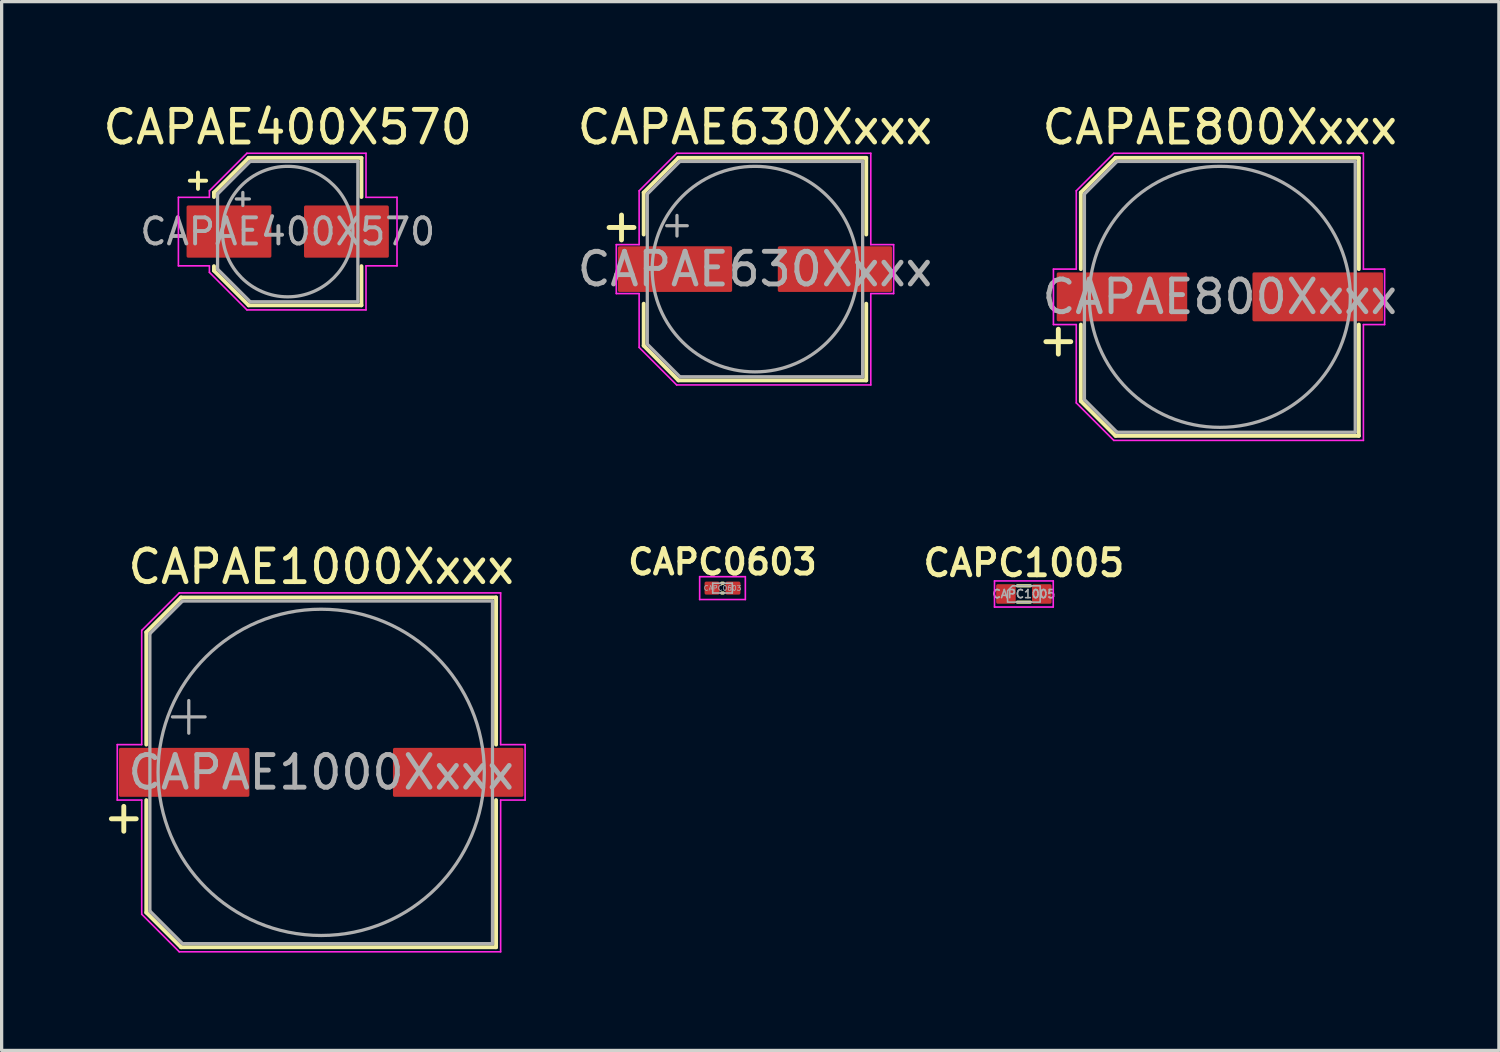
<source format=kicad_pcb>
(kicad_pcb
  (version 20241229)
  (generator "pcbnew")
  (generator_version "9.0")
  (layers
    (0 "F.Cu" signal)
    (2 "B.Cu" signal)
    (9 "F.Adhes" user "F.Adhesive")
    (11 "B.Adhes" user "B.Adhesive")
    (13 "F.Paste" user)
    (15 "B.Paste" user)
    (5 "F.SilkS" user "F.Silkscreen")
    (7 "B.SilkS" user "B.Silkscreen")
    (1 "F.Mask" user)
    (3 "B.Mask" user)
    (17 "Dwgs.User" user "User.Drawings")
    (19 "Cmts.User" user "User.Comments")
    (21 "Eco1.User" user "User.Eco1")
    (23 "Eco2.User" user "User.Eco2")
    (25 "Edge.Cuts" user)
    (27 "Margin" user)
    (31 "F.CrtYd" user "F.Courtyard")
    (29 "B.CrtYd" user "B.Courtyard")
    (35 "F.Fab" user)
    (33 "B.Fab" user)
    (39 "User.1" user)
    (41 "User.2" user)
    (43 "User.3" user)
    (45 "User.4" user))
  (footprint "CAPAE1000Xxxx"
    (layer "F.Cu")
    (at 6.794 20.622)
    (property "Reference" "CAPAE1000Xxxx" (at 0 -6.3 0) (layer "F.SilkS") (effects (font (size 1 1) (thickness 0.15))))
    (attr smd)
    (fp_line (start -5.36 -4.296) (end -5.36 -0.85) (stroke (width 0.12) (type solid)) (layer "F.SilkS"))
    (fp_line (start -5.36 -4.296) (end -4.296 -5.36) (stroke (width 0.12) (type solid)) (layer "F.SilkS"))
    (fp_line (start -5.36 4.296) (end -5.36 0.85) (stroke (width 0.12) (type solid)) (layer "F.SilkS"))
    (fp_line (start -5.36 4.296) (end -4.296 5.36) (stroke (width 0.12) (type solid)) (layer "F.SilkS"))
    (fp_line (start -4.296 -5.36) (end 5.36 -5.36) (stroke (width 0.12) (type solid)) (layer "F.SilkS"))
    (fp_line (start -4.296 5.36) (end 5.36 5.36) (stroke (width 0.12) (type solid)) (layer "F.SilkS"))
    (fp_line (start 5.36 -5.36) (end 5.36 -0.85) (stroke (width 0.12) (type solid)) (layer "F.SilkS"))
    (fp_line (start 5.36 5.36) (end 5.36 0.85) (stroke (width 0.12) (type solid)) (layer "F.SilkS"))
    (fp_line (start -6.25 -0.85) (end -6.25 0.85) (stroke (width 0.05) (type solid)) (layer "F.CrtYd"))
    (fp_line (start -6.25 0.85) (end -5.5 0.85) (stroke (width 0.05) (type solid)) (layer "F.CrtYd"))
    (fp_line (start -5.5 -4.35) (end -5.5 -0.85) (stroke (width 0.05) (type solid)) (layer "F.CrtYd"))
    (fp_line (start -5.5 -4.35) (end -4.35 -5.5) (stroke (width 0.05) (type solid)) (layer "F.CrtYd"))
    (fp_line (start -5.5 -0.85) (end -6.25 -0.85) (stroke (width 0.05) (type solid)) (layer "F.CrtYd"))
    (fp_line (start -5.5 0.85) (end -5.5 4.35) (stroke (width 0.05) (type solid)) (layer "F.CrtYd"))
    (fp_line (start -5.5 4.35) (end -4.35 5.5) (stroke (width 0.05) (type solid)) (layer "F.CrtYd"))
    (fp_line (start -4.35 -5.5) (end 5.5 -5.5) (stroke (width 0.05) (type solid)) (layer "F.CrtYd"))
    (fp_line (start -4.35 5.5) (end 5.5 5.5) (stroke (width 0.05) (type solid)) (layer "F.CrtYd"))
    (fp_line (start 5.5 -5.5) (end 5.5 -0.85) (stroke (width 0.05) (type solid)) (layer "F.CrtYd"))
    (fp_line (start 5.5 0.85) (end 5.5 5.5) (stroke (width 0.05) (type solid)) (layer "F.CrtYd"))
    (fp_line (start 5.5 0.85) (end 6.25 0.85) (stroke (width 0.05) (type solid)) (layer "F.CrtYd"))
    (fp_line (start 6.25 -0.85) (end 5.5 -0.85) (stroke (width 0.05) (type solid)) (layer "F.CrtYd"))
    (fp_line (start 6.25 0.85) (end 6.25 -0.85) (stroke (width 0.05) (type solid)) (layer "F.CrtYd"))
    (fp_line (start -5.25 -4.25) (end -5.25 4.25) (stroke (width 0.1) (type solid)) (layer "F.Fab"))
    (fp_line (start -5.25 -4.25) (end -4.25 -5.25) (stroke (width 0.1) (type solid)) (layer "F.Fab"))
    (fp_line (start -5.25 4.25) (end -4.25 5.25) (stroke (width 0.1) (type solid)) (layer "F.Fab"))
    (fp_line (start -4.558 -1.7) (end -3.558 -1.7) (stroke (width 0.1) (type solid)) (layer "F.Fab"))
    (fp_line (start -4.25 -5.25) (end 5.25 -5.25) (stroke (width 0.1) (type solid)) (layer "F.Fab"))
    (fp_line (start -4.25 5.25) (end 5.25 5.25) (stroke (width 0.1) (type solid)) (layer "F.Fab"))
    (fp_line (start -4.058 -2.2) (end -4.058 -1.2) (stroke (width 0.1) (type solid)) (layer "F.Fab"))
    (fp_line (start 5.25 -5.25) (end 5.25 5.25) (stroke (width 0.1) (type solid)) (layer "F.Fab"))
    (fp_circle (center 0 0) (end 5 0) (stroke (width 0.1) (type solid)) (fill no) (layer "F.Fab"))
    (fp_text user "+" (at -6.05 1.35 0) (unlocked yes) (layer "F.SilkS") (effects (font (size 1 1) (thickness 0.15))))
    (fp_text user "${REFERENCE}" (at 0 0 0) (layer "F.Fab") (effects (font (size 1 1) (thickness 0.15))))
    (pad "" smd roundrect (at -5.65 0) (size 1 1.4) (layers "F.Paste") (roundrect_rratio 0.05))
    (pad "" smd roundrect (at -4.2 0) (size 1 1.4) (layers "F.Paste") (roundrect_rratio 0.05))
    (pad "" smd roundrect (at -2.775 0) (size 1 1.4) (layers "F.Paste") (roundrect_rratio 0.05))
    (pad "" smd roundrect (at 2.775 0 180) (size 1 1.4) (layers "F.Paste") (roundrect_rratio 0.05))
    (pad "" smd roundrect (at 4.2 0 180) (size 1 1.4) (layers "F.Paste") (roundrect_rratio 0.05))
    (pad "" smd roundrect (at 5.65 0 180) (size 1 1.4) (layers "F.Paste") (roundrect_rratio 0.05))
    (pad "1" smd roundrect (at -4.2 0) (size 4 1.5) (layers "F.Cu" "F.Mask") (roundrect_rratio 0.033))
    (pad "2" smd roundrect (at 4.2 0) (size 4 1.5) (layers "F.Cu" "F.Mask") (roundrect_rratio 0.033)))
  (footprint "CAPC1005"
    (layer "F.Cu")
    (at 28.331 15.155)
    (property "Reference" "CAPC1005" (at 0 -0.95 0) (layer "F.SilkS") (effects (font (size 0.8 0.8) (thickness 0.15))))
    (attr smd)
    (fp_line (start -0.2 0.25) (end 0.2 0.25) (stroke (width 0.1) (type solid)) (layer "F.SilkS"))
    (fp_line (start 0.2 -0.25) (end -0.2 -0.25) (stroke (width 0.1) (type solid)) (layer "F.SilkS"))
    (fp_line (start -0.9 -0.4) (end -0.9 0.4) (stroke (width 0.05) (type solid)) (layer "F.CrtYd"))
    (fp_line (start -0.9 -0.4) (end 0.9 -0.4) (stroke (width 0.05) (type solid)) (layer "F.CrtYd"))
    (fp_line (start 0.9 0.4) (end -0.9 0.4) (stroke (width 0.05) (type solid)) (layer "F.CrtYd"))
    (fp_line (start 0.9 0.4) (end 0.9 -0.4) (stroke (width 0.05) (type solid)) (layer "F.CrtYd"))
    (fp_poly (pts (xy 0.5 -0.25) (xy 0.5 0.25) (xy -0.5 0.25) (xy -0.5 -0.1) (xy -0.35 -0.25)) (stroke (width 0.05) (type solid)) (fill no) (layer "F.Fab"))
    (fp_text user "${REFERENCE}" (at 0 0 0) (layer "F.Fab") (effects (font (size 0.25 0.25) (thickness 0.05))))
    (pad "1" smd roundrect (at -0.55 0) (size 0.6 0.6) (layers "F.Cu" "F.Mask" "F.Paste") (roundrect_rratio 0.083))
    (pad "2" smd roundrect (at 0.55 0) (size 0.6 0.6) (layers "F.Cu" "F.Mask" "F.Paste") (roundrect_rratio 0.083)))
  (footprint "CAPAE800Xxxx"
    (layer "F.Cu")
    (at 34.337 6.048)
    (property "Reference" "CAPAE800Xxxx" (at 0 -5.2 0) (layer "F.SilkS") (effects (font (size 1 1) (thickness 0.15))))
    (attr smd)
    (fp_line (start -4.26 -3.196) (end -4.26 -0.85) (stroke (width 0.12) (type solid)) (layer "F.SilkS"))
    (fp_line (start -4.26 -3.196) (end -3.196 -4.26) (stroke (width 0.12) (type solid)) (layer "F.SilkS"))
    (fp_line (start -4.26 3.196) (end -4.26 0.85) (stroke (width 0.12) (type solid)) (layer "F.SilkS"))
    (fp_line (start -4.26 3.196) (end -3.196 4.26) (stroke (width 0.12) (type solid)) (layer "F.SilkS"))
    (fp_line (start -3.196 -4.26) (end 4.26 -4.26) (stroke (width 0.12) (type solid)) (layer "F.SilkS"))
    (fp_line (start -3.196 4.26) (end 4.26 4.26) (stroke (width 0.12) (type solid)) (layer "F.SilkS"))
    (fp_line (start 4.26 -4.26) (end 4.26 -0.85) (stroke (width 0.12) (type solid)) (layer "F.SilkS"))
    (fp_line (start 4.26 4.26) (end 4.26 0.85) (stroke (width 0.12) (type solid)) (layer "F.SilkS"))
    (fp_line (start -5.1 -0.85) (end -5.1 0.85) (stroke (width 0.05) (type solid)) (layer "F.CrtYd"))
    (fp_line (start -5.1 0.85) (end -4.4 0.85) (stroke (width 0.05) (type solid)) (layer "F.CrtYd"))
    (fp_line (start -4.4 -3.25) (end -4.4 -0.85) (stroke (width 0.05) (type solid)) (layer "F.CrtYd"))
    (fp_line (start -4.4 -3.25) (end -3.25 -4.4) (stroke (width 0.05) (type solid)) (layer "F.CrtYd"))
    (fp_line (start -4.4 -0.85) (end -5.1 -0.85) (stroke (width 0.05) (type solid)) (layer "F.CrtYd"))
    (fp_line (start -4.4 0.85) (end -4.4 3.25) (stroke (width 0.05) (type solid)) (layer "F.CrtYd"))
    (fp_line (start -4.4 3.25) (end -3.25 4.4) (stroke (width 0.05) (type solid)) (layer "F.CrtYd"))
    (fp_line (start -3.25 -4.4) (end 4.4 -4.4) (stroke (width 0.05) (type solid)) (layer "F.CrtYd"))
    (fp_line (start -3.25 4.4) (end 4.4 4.4) (stroke (width 0.05) (type solid)) (layer "F.CrtYd"))
    (fp_line (start 4.4 -4.4) (end 4.4 -0.85) (stroke (width 0.05) (type solid)) (layer "F.CrtYd"))
    (fp_line (start 4.4 -0.85) (end 5.05 -0.85) (stroke (width 0.05) (type solid)) (layer "F.CrtYd"))
    (fp_line (start 4.4 0.85) (end 4.4 4.4) (stroke (width 0.05) (type solid)) (layer "F.CrtYd"))
    (fp_line (start 5.05 -0.85) (end 5.05 0.85) (stroke (width 0.05) (type solid)) (layer "F.CrtYd"))
    (fp_line (start 5.05 0.85) (end 4.4 0.85) (stroke (width 0.05) (type solid)) (layer "F.CrtYd"))
    (fp_line (start -4.15 -3.15) (end -4.15 3.15) (stroke (width 0.1) (type solid)) (layer "F.Fab"))
    (fp_line (start -4.15 -3.15) (end -3.15 -4.15) (stroke (width 0.1) (type solid)) (layer "F.Fab"))
    (fp_line (start -4.15 3.15) (end -3.15 4.15) (stroke (width 0.1) (type solid)) (layer "F.Fab"))
    (fp_line (start -3.15 -4.15) (end 4.15 -4.15) (stroke (width 0.1) (type solid)) (layer "F.Fab"))
    (fp_line (start -3.15 4.15) (end 4.15 4.15) (stroke (width 0.1) (type solid)) (layer "F.Fab"))
    (fp_line (start 4.15 -4.15) (end 4.15 4.15) (stroke (width 0.1) (type solid)) (layer "F.Fab"))
    (fp_circle (center 0 0) (end 4 0) (stroke (width 0.1) (type solid)) (fill no) (layer "F.Fab"))
    (fp_text user "+" (at -4.95 1.3 0) (unlocked yes) (layer "F.SilkS") (effects (font (size 1 1) (thickness 0.15))))
    (fp_text user "${REFERENCE}" (at 0 0 0) (layer "F.Fab") (effects (font (size 1 1) (thickness 0.15))))
    (pad "" smd roundrect (at -4.45 0) (size 1 1.4) (layers "F.Paste") (roundrect_rratio 0.05))
    (pad "" smd roundrect (at -3 0) (size 1 1.4) (layers "F.Paste") (roundrect_rratio 0.05))
    (pad "" smd roundrect (at -1.575 0) (size 1 1.4) (layers "F.Paste") (roundrect_rratio 0.05))
    (pad "" smd roundrect (at 1.575 0 180) (size 1 1.4) (layers "F.Paste") (roundrect_rratio 0.05))
    (pad "" smd roundrect (at 3 0 180) (size 1 1.4) (layers "F.Paste") (roundrect_rratio 0.05))
    (pad "" smd roundrect (at 4.45 0 180) (size 1 1.4) (layers "F.Paste") (roundrect_rratio 0.05))
    (pad "1" smd roundrect (at -3 0) (size 4 1.5) (layers "F.Cu" "F.Mask") (roundrect_rratio 0.033))
    (pad "2" smd roundrect (at 3 0) (size 4 1.5) (layers "F.Cu" "F.Mask") (roundrect_rratio 0.033)))
  (footprint "CAPAE400X570"
    (layer "F.Cu")
    (at 5.768 4.048)
    (property "Reference" "CAPAE400X570" (at 0 -3.2 0) (layer "F.SilkS") (effects (font (size 1 1) (thickness 0.15))))
    (attr smd)
    (fp_line (start -3 -1.56) (end -2.5 -1.56) (stroke (width 0.12) (type solid)) (layer "F.SilkS"))
    (fp_line (start -2.75 -1.81) (end -2.75 -1.31) (stroke (width 0.12) (type solid)) (layer "F.SilkS"))
    (fp_line (start -2.26 -1.196) (end -2.26 -1.06) (stroke (width 0.12) (type solid)) (layer "F.SilkS"))
    (fp_line (start -2.26 -1.196) (end -1.196 -2.26) (stroke (width 0.12) (type solid)) (layer "F.SilkS"))
    (fp_line (start -2.26 1.196) (end -2.26 1.06) (stroke (width 0.12) (type solid)) (layer "F.SilkS"))
    (fp_line (start -2.26 1.196) (end -1.196 2.26) (stroke (width 0.12) (type solid)) (layer "F.SilkS"))
    (fp_line (start -1.196 -2.26) (end 2.26 -2.26) (stroke (width 0.12) (type solid)) (layer "F.SilkS"))
    (fp_line (start -1.196 2.26) (end 2.26 2.26) (stroke (width 0.12) (type solid)) (layer "F.SilkS"))
    (fp_line (start 2.26 -2.26) (end 2.26 -1.06) (stroke (width 0.12) (type solid)) (layer "F.SilkS"))
    (fp_line (start 2.26 2.26) (end 2.26 1.06) (stroke (width 0.12) (type solid)) (layer "F.SilkS"))
    (fp_line (start -3.35 -1.05) (end -3.35 1.05) (stroke (width 0.05) (type solid)) (layer "F.CrtYd"))
    (fp_line (start -3.35 1.05) (end -2.4 1.05) (stroke (width 0.05) (type solid)) (layer "F.CrtYd"))
    (fp_line (start -2.4 -1.25) (end -2.4 -1.05) (stroke (width 0.05) (type solid)) (layer "F.CrtYd"))
    (fp_line (start -2.4 -1.25) (end -1.25 -2.4) (stroke (width 0.05) (type solid)) (layer "F.CrtYd"))
    (fp_line (start -2.4 -1.05) (end -3.35 -1.05) (stroke (width 0.05) (type solid)) (layer "F.CrtYd"))
    (fp_line (start -2.4 1.05) (end -2.4 1.25) (stroke (width 0.05) (type solid)) (layer "F.CrtYd"))
    (fp_line (start -2.4 1.25) (end -1.25 2.4) (stroke (width 0.05) (type solid)) (layer "F.CrtYd"))
    (fp_line (start -1.25 -2.4) (end 2.4 -2.4) (stroke (width 0.05) (type solid)) (layer "F.CrtYd"))
    (fp_line (start -1.25 2.4) (end 2.4 2.4) (stroke (width 0.05) (type solid)) (layer "F.CrtYd"))
    (fp_line (start 2.4 -2.4) (end 2.4 -1.05) (stroke (width 0.05) (type solid)) (layer "F.CrtYd"))
    (fp_line (start 2.4 -1.05) (end 3.35 -1.05) (stroke (width 0.05) (type solid)) (layer "F.CrtYd"))
    (fp_line (start 2.4 1.05) (end 2.4 2.4) (stroke (width 0.05) (type solid)) (layer "F.CrtYd"))
    (fp_line (start 3.35 -1.05) (end 3.35 1.05) (stroke (width 0.05) (type solid)) (layer "F.CrtYd"))
    (fp_line (start 3.35 1.05) (end 2.4 1.05) (stroke (width 0.05) (type solid)) (layer "F.CrtYd"))
    (fp_line (start -2.15 -1.15) (end -2.15 1.15) (stroke (width 0.1) (type solid)) (layer "F.Fab"))
    (fp_line (start -2.15 -1.15) (end -1.15 -2.15) (stroke (width 0.1) (type solid)) (layer "F.Fab"))
    (fp_line (start -2.15 1.15) (end -1.15 2.15) (stroke (width 0.1) (type solid)) (layer "F.Fab"))
    (fp_line (start -1.575 -1) (end -1.175 -1) (stroke (width 0.1) (type solid)) (layer "F.Fab"))
    (fp_line (start -1.375 -1.2) (end -1.375 -0.8) (stroke (width 0.1) (type solid)) (layer "F.Fab"))
    (fp_line (start -1.15 -2.15) (end 2.15 -2.15) (stroke (width 0.1) (type solid)) (layer "F.Fab"))
    (fp_line (start -1.15 2.15) (end 2.15 2.15) (stroke (width 0.1) (type solid)) (layer "F.Fab"))
    (fp_line (start 2.15 -2.15) (end 2.15 2.15) (stroke (width 0.1) (type solid)) (layer "F.Fab"))
    (fp_circle (center 0 0) (end 2 0) (stroke (width 0.1) (type solid)) (fill no) (layer "F.Fab"))
    (fp_text user "${REFERENCE}" (at 0 0 0) (layer "F.Fab") (effects (font (size 0.8 0.8) (thickness 0.12))))
    (pad "" smd roundrect (at -2.55 0) (size 1 1.4) (layers "F.Paste") (roundrect_rratio 0.05))
    (pad "" smd roundrect (at -1.075 0) (size 1 1.4) (layers "F.Paste") (roundrect_rratio 0.05))
    (pad "" smd roundrect (at 1.075 0.025) (size 1 1.4) (layers "F.Paste") (roundrect_rratio 0.05))
    (pad "" smd roundrect (at 2.55 0.025) (size 1 1.4) (layers "F.Paste") (roundrect_rratio 0.05))
    (pad "1" smd roundrect (at -1.8 0) (size 2.6 1.6) (layers "F.Cu" "F.Mask") (roundrect_rratio 0.031))
    (pad "2" smd roundrect (at 1.8 0) (size 2.6 1.6) (layers "F.Cu" "F.Mask") (roundrect_rratio 0.031)))
  (footprint "CAPC0603"
    (layer "F.Cu")
    (at 19.094 14.975)
    (property "Reference" "CAPC0603" (at 0 -0.8 0) (layer "F.SilkS") (effects (font (size 0.75 0.75) (thickness 0.15))))
    (attr smd)
    (fp_line (start -0.025 -0.15) (end 0.025 -0.15) (stroke (width 0.1) (type solid)) (layer "F.SilkS"))
    (fp_line (start -0.025 0.15) (end 0.025 0.15) (stroke (width 0.1) (type solid)) (layer "F.SilkS"))
    (fp_line (start -0.7 -0.35) (end 0.7 -0.35) (stroke (width 0.05) (type solid)) (layer "F.CrtYd"))
    (fp_line (start -0.7 0.35) (end -0.7 -0.35) (stroke (width 0.05) (type solid)) (layer "F.CrtYd"))
    (fp_line (start 0.7 -0.35) (end 0.7 0.35) (stroke (width 0.05) (type solid)) (layer "F.CrtYd"))
    (fp_line (start 0.7 0.35) (end -0.7 0.35) (stroke (width 0.05) (type solid)) (layer "F.CrtYd"))
    (fp_line (start -0.3 -0.15) (end 0.3 -0.15) (stroke (width 0.05) (type solid)) (layer "F.Fab"))
    (fp_line (start -0.3 0.15) (end -0.3 -0.15) (stroke (width 0.05) (type solid)) (layer "F.Fab"))
    (fp_line (start 0.3 -0.15) (end 0.3 0.15) (stroke (width 0.05) (type solid)) (layer "F.Fab"))
    (fp_line (start 0.3 0.15) (end -0.3 0.15) (stroke (width 0.05) (type solid)) (layer "F.Fab"))
    (fp_text user "${REFERENCE}" (at 0 0 0) (layer "F.Fab") (effects (font (size 0.15 0.15) (thickness 0.02))))
    (pad "" smd roundrect (at -0.345 0) (size 0.318 0.36) (layers "F.Paste") (roundrect_rratio 0.25))
    (pad "" smd roundrect (at 0.345 0) (size 0.318 0.36) (layers "F.Paste") (roundrect_rratio 0.25))
    (pad "1" smd roundrect (at -0.32 0) (size 0.46 0.4) (layers "F.Cu" "F.Mask") (roundrect_rratio 0.125))
    (pad "2" smd roundrect (at 0.32 0) (size 0.46 0.4) (layers "F.Cu" "F.Mask") (roundrect_rratio 0.125)))
  (footprint "CAPAE630Xxxx"
    (layer "F.Cu")
    (at 20.089 5.198)
    (property "Reference" "CAPAE630Xxxx" (at 0 -4.35 0) (layer "F.SilkS") (effects (font (size 1 1) (thickness 0.15))))
    (attr smd)
    (fp_line (start -3.41 -2.346) (end -3.41 -1.06) (stroke (width 0.12) (type solid)) (layer "F.SilkS"))
    (fp_line (start -3.41 -2.346) (end -2.346 -3.41) (stroke (width 0.12) (type solid)) (layer "F.SilkS"))
    (fp_line (start -3.41 2.346) (end -3.41 1.06) (stroke (width 0.12) (type solid)) (layer "F.SilkS"))
    (fp_line (start -3.41 2.346) (end -2.346 3.41) (stroke (width 0.12) (type solid)) (layer "F.SilkS"))
    (fp_line (start -2.346 -3.41) (end 3.41 -3.41) (stroke (width 0.12) (type solid)) (layer "F.SilkS"))
    (fp_line (start -2.346 3.41) (end 3.41 3.41) (stroke (width 0.12) (type solid)) (layer "F.SilkS"))
    (fp_line (start 3.41 -3.41) (end 3.41 -1.06) (stroke (width 0.12) (type solid)) (layer "F.SilkS"))
    (fp_line (start 3.41 3.41) (end 3.41 1.06) (stroke (width 0.12) (type solid)) (layer "F.SilkS"))
    (fp_line (start -4.25 -0.75) (end -4.25 0.75) (stroke (width 0.05) (type solid)) (layer "F.CrtYd"))
    (fp_line (start -4.25 0.75) (end -3.55 0.75) (stroke (width 0.05) (type solid)) (layer "F.CrtYd"))
    (fp_line (start -3.55 -2.4) (end -3.55 -0.75) (stroke (width 0.05) (type solid)) (layer "F.CrtYd"))
    (fp_line (start -3.55 -2.4) (end -2.4 -3.55) (stroke (width 0.05) (type solid)) (layer "F.CrtYd"))
    (fp_line (start -3.55 -0.75) (end -4.25 -0.75) (stroke (width 0.05) (type solid)) (layer "F.CrtYd"))
    (fp_line (start -3.55 0.75) (end -3.55 2.4) (stroke (width 0.05) (type solid)) (layer "F.CrtYd"))
    (fp_line (start -3.55 2.4) (end -2.4 3.55) (stroke (width 0.05) (type solid)) (layer "F.CrtYd"))
    (fp_line (start -2.4 -3.55) (end 3.55 -3.55) (stroke (width 0.05) (type solid)) (layer "F.CrtYd"))
    (fp_line (start -2.4 3.55) (end 3.55 3.55) (stroke (width 0.05) (type solid)) (layer "F.CrtYd"))
    (fp_line (start 3.55 -3.55) (end 3.55 -0.75) (stroke (width 0.05) (type solid)) (layer "F.CrtYd"))
    (fp_line (start 3.55 -0.75) (end 4.25 -0.75) (stroke (width 0.05) (type solid)) (layer "F.CrtYd"))
    (fp_line (start 3.55 0.75) (end 3.55 3.55) (stroke (width 0.05) (type solid)) (layer "F.CrtYd"))
    (fp_line (start 4.25 -0.75) (end 4.25 0.75) (stroke (width 0.05) (type solid)) (layer "F.CrtYd"))
    (fp_line (start 4.25 0.75) (end 3.55 0.75) (stroke (width 0.05) (type solid)) (layer "F.CrtYd"))
    (fp_line (start -3.3 -2.3) (end -3.3 2.3) (stroke (width 0.1) (type solid)) (layer "F.Fab"))
    (fp_line (start -3.3 -2.3) (end -2.3 -3.3) (stroke (width 0.1) (type solid)) (layer "F.Fab"))
    (fp_line (start -3.3 2.3) (end -2.3 3.3) (stroke (width 0.1) (type solid)) (layer "F.Fab"))
    (fp_line (start -2.705 -1.33) (end -2.075 -1.33) (stroke (width 0.1) (type solid)) (layer "F.Fab"))
    (fp_line (start -2.39 -1.645) (end -2.39 -1.015) (stroke (width 0.1) (type solid)) (layer "F.Fab"))
    (fp_line (start -2.3 -3.3) (end 3.3 -3.3) (stroke (width 0.1) (type solid)) (layer "F.Fab"))
    (fp_line (start -2.3 3.3) (end 3.3 3.3) (stroke (width 0.1) (type solid)) (layer "F.Fab"))
    (fp_line (start 3.3 -3.3) (end 3.3 3.3) (stroke (width 0.1) (type solid)) (layer "F.Fab"))
    (fp_circle (center 0 0) (end 3.15 0) (stroke (width 0.1) (type solid)) (fill no) (layer "F.Fab"))
    (fp_text user "+" (at -4.09 -1.35 0) (unlocked yes) (layer "F.SilkS") (effects (font (size 1 1) (thickness 0.15))))
    (fp_text user "${REFERENCE}" (at 0 0 0) (layer "F.Fab") (effects (font (size 1 1) (thickness 0.15))))
    (pad "" smd roundrect (at -3.55 0) (size 1.2 1.2) (layers "F.Paste") (roundrect_rratio 0.042))
    (pad "" smd roundrect (at -1.525 0) (size 1.5 1.2) (layers "F.Paste") (roundrect_rratio 0.042))
    (pad "" smd roundrect (at 1.525 0 180) (size 1.5 1.2) (layers "F.Paste") (roundrect_rratio 0.042))
    (pad "" smd roundrect (at 3.55 0 180) (size 1.2 1.2) (layers "F.Paste") (roundrect_rratio 0.042))
    (pad "1" smd roundrect (at -2.45 0) (size 3.5 1.4) (layers "F.Cu" "F.Mask") (roundrect_rratio 0.036))
    (pad "2" smd roundrect (at 2.45 0) (size 3.5 1.4) (layers "F.Cu" "F.Mask") (roundrect_rratio 0.036)))
  (gr_rect
    (start -3 -3)
    (end 42.89 29.146)
    (stroke (width 0.1) (type default))
    (fill no)
    (layer "Edge.Cuts")))
</source>
